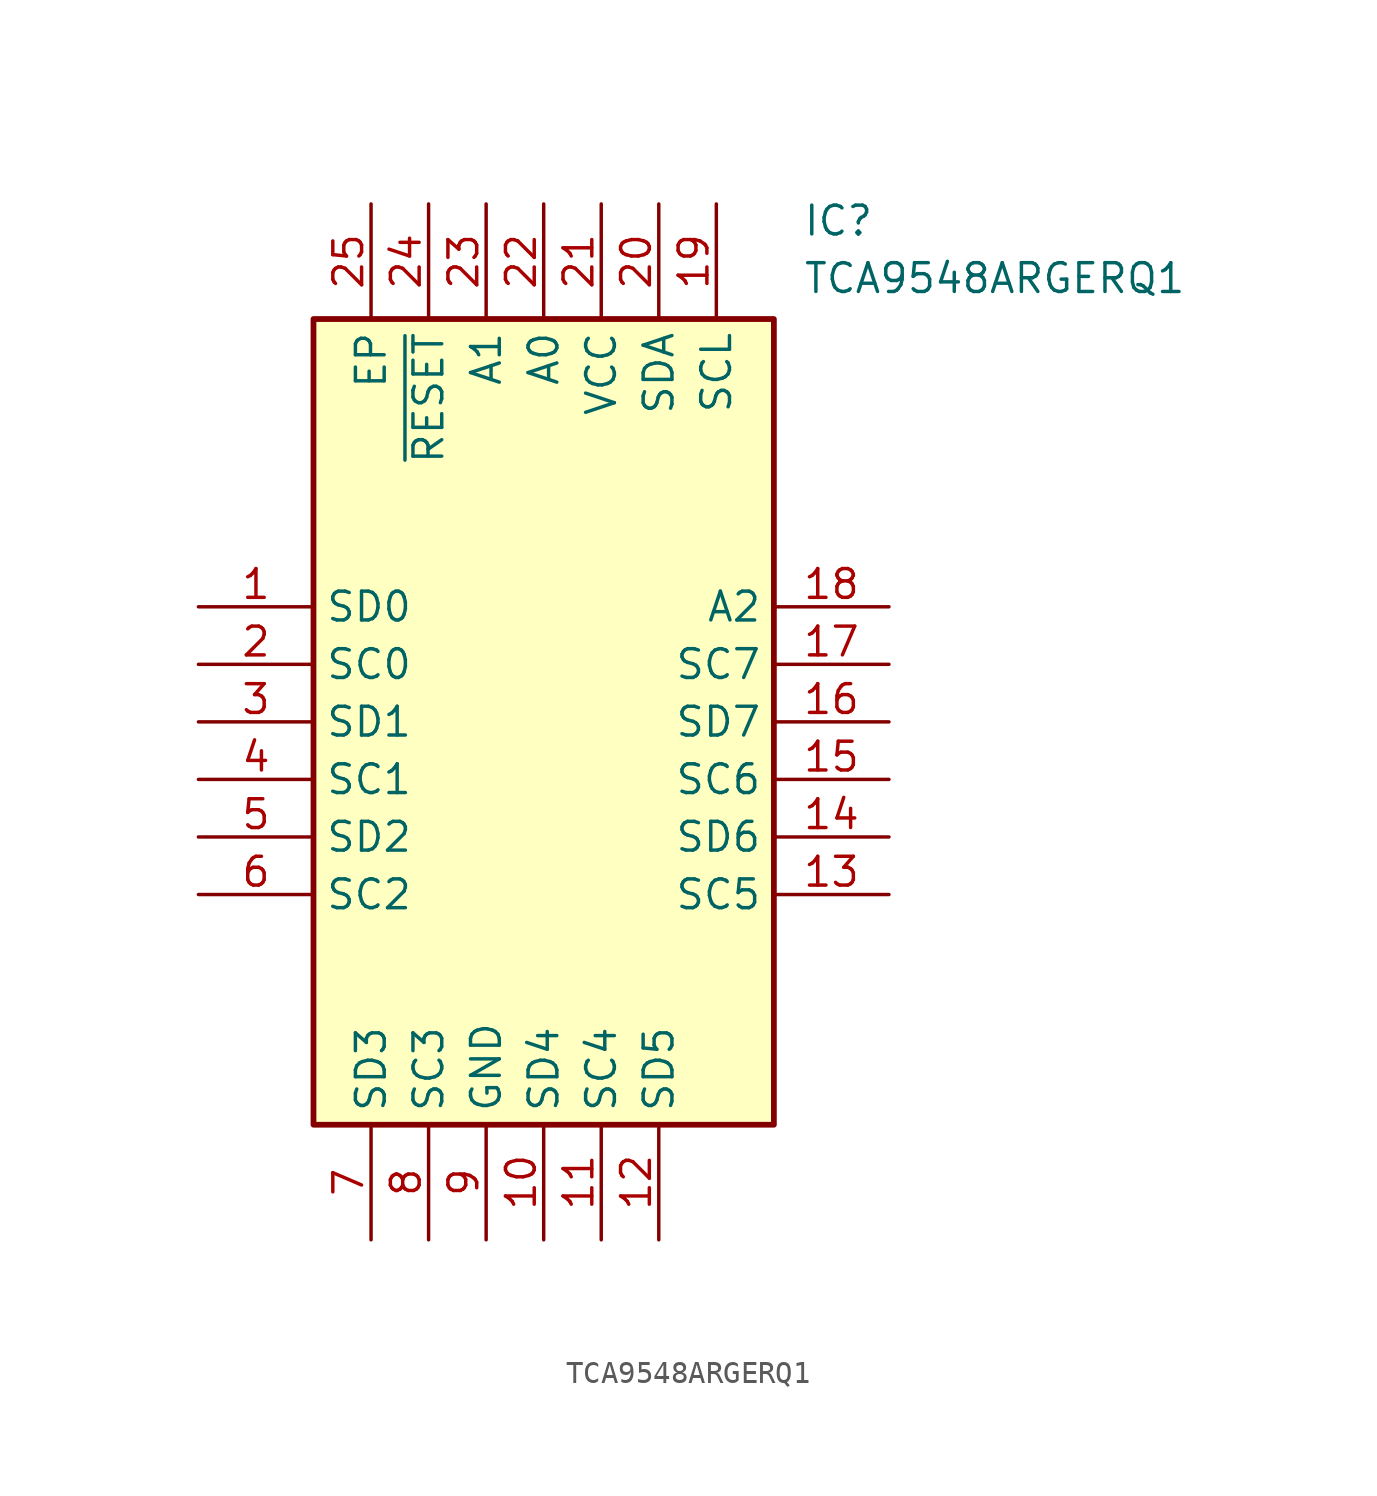
<source format=kicad_sym>
(kicad_symbol_lib
  (version 20211014)
  (generator SamacSys_ECAD_Model)
  (symbol "TCA9548ARGERQ1"
    (property "Reference" "IC"
      (at 26.67 17.78 0)
      (effects (font (size 1.27 1.27)) (justify left top)))
    (property "Value" "TCA9548ARGERQ1"
      (at 26.67 15.24 0)
      (effects (font (size 1.27 1.27)) (justify left top)))
    (rectangle
      (start 5.08 12.7)
      (end 25.4 -22.86)
      (stroke (width 0.254) (type default))
      (fill (type background)))
    (pin passive line
      (at 0 0 0)
      (length 5.08)
      (name "SD0" (effects (font (size 1.27 1.27))))
      (number "1" (effects (font (size 1.27 1.27)))))
    (pin passive line
      (at 0 -2.54 0)
      (length 5.08)
      (name "SC0" (effects (font (size 1.27 1.27))))
      (number "2" (effects (font (size 1.27 1.27)))))
    (pin passive line
      (at 0 -5.08 0)
      (length 5.08)
      (name "SD1" (effects (font (size 1.27 1.27))))
      (number "3" (effects (font (size 1.27 1.27)))))
    (pin passive line
      (at 0 -7.62 0)
      (length 5.08)
      (name "SC1" (effects (font (size 1.27 1.27))))
      (number "4" (effects (font (size 1.27 1.27)))))
    (pin passive line
      (at 0 -10.16 0)
      (length 5.08)
      (name "SD2" (effects (font (size 1.27 1.27))))
      (number "5" (effects (font (size 1.27 1.27)))))
    (pin passive line
      (at 0 -12.7 0)
      (length 5.08)
      (name "SC2" (effects (font (size 1.27 1.27))))
      (number "6" (effects (font (size 1.27 1.27)))))
    (pin passive line
      (at 7.62 -27.94 90)
      (length 5.08)
      (name "SD3" (effects (font (size 1.27 1.27))))
      (number "7" (effects (font (size 1.27 1.27)))))
    (pin passive line
      (at 10.16 -27.94 90)
      (length 5.08)
      (name "SC3" (effects (font (size 1.27 1.27))))
      (number "8" (effects (font (size 1.27 1.27)))))
    (pin passive line
      (at 12.7 -27.94 90)
      (length 5.08)
      (name "GND" (effects (font (size 1.27 1.27))))
      (number "9" (effects (font (size 1.27 1.27)))))
    (pin passive line
      (at 15.24 -27.94 90)
      (length 5.08)
      (name "SD4" (effects (font (size 1.27 1.27))))
      (number "10" (effects (font (size 1.27 1.27)))))
    (pin passive line
      (at 17.78 -27.94 90)
      (length 5.08)
      (name "SC4" (effects (font (size 1.27 1.27))))
      (number "11" (effects (font (size 1.27 1.27)))))
    (pin passive line
      (at 20.32 -27.94 90)
      (length 5.08)
      (name "SD5" (effects (font (size 1.27 1.27))))
      (number "12" (effects (font (size 1.27 1.27)))))
    (pin passive line
      (at 30.48 0 180)
      (length 5.08)
      (name "A2" (effects (font (size 1.27 1.27))))
      (number "18" (effects (font (size 1.27 1.27)))))
    (pin passive line
      (at 30.48 -2.54 180)
      (length 5.08)
      (name "SC7" (effects (font (size 1.27 1.27))))
      (number "17" (effects (font (size 1.27 1.27)))))
    (pin passive line
      (at 30.48 -5.08 180)
      (length 5.08)
      (name "SD7" (effects (font (size 1.27 1.27))))
      (number "16" (effects (font (size 1.27 1.27)))))
    (pin passive line
      (at 30.48 -7.62 180)
      (length 5.08)
      (name "SC6" (effects (font (size 1.27 1.27))))
      (number "15" (effects (font (size 1.27 1.27)))))
    (pin passive line
      (at 30.48 -10.16 180)
      (length 5.08)
      (name "SD6" (effects (font (size 1.27 1.27))))
      (number "14" (effects (font (size 1.27 1.27)))))
    (pin passive line
      (at 30.48 -12.7 180)
      (length 5.08)
      (name "SC5" (effects (font (size 1.27 1.27))))
      (number "13" (effects (font (size 1.27 1.27)))))
    (pin passive line
      (at 7.62 17.78 270)
      (length 5.08)
      (name "EP" (effects (font (size 1.27 1.27))))
      (number "25" (effects (font (size 1.27 1.27)))))
    (pin passive line
      (at 10.16 17.78 270)
      (length 5.08)
      (name "~{RESET}" (effects (font (size 1.27 1.27))))
      (number "24" (effects (font (size 1.27 1.27)))))
    (pin passive line
      (at 12.7 17.78 270)
      (length 5.08)
      (name "A1" (effects (font (size 1.27 1.27))))
      (number "23" (effects (font (size 1.27 1.27)))))
    (pin passive line
      (at 15.24 17.78 270)
      (length 5.08)
      (name "A0" (effects (font (size 1.27 1.27))))
      (number "22" (effects (font (size 1.27 1.27)))))
    (pin passive line
      (at 17.78 17.78 270)
      (length 5.08)
      (name "VCC" (effects (font (size 1.27 1.27))))
      (number "21" (effects (font (size 1.27 1.27)))))
    (pin passive line
      (at 20.32 17.78 270)
      (length 5.08)
      (name "SDA" (effects (font (size 1.27 1.27))))
      (number "20" (effects (font (size 1.27 1.27)))))
    (pin passive line
      (at 22.86 17.78 270)
      (length 5.08)
      (name "SCL" (effects (font (size 1.27 1.27))))
      (number "19" (effects (font (size 1.27 1.27)))))))
</source>
